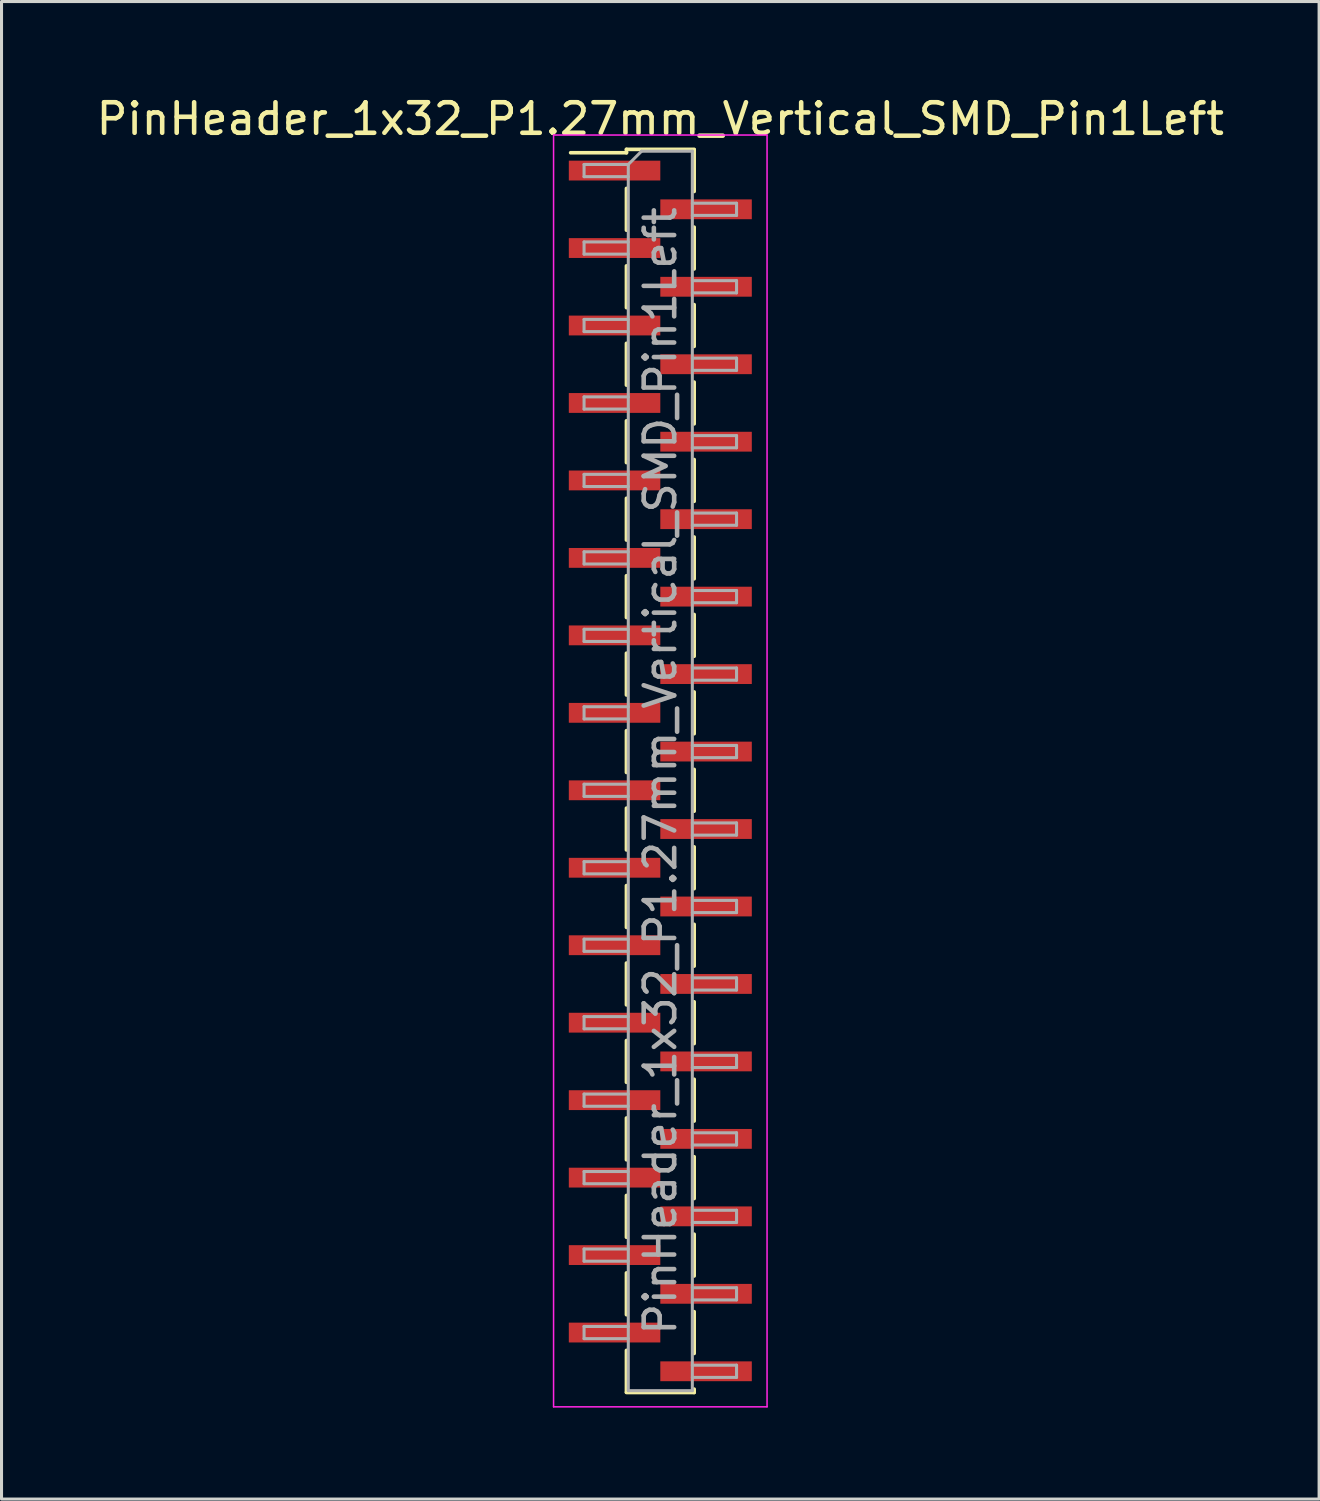
<source format=kicad_pcb>
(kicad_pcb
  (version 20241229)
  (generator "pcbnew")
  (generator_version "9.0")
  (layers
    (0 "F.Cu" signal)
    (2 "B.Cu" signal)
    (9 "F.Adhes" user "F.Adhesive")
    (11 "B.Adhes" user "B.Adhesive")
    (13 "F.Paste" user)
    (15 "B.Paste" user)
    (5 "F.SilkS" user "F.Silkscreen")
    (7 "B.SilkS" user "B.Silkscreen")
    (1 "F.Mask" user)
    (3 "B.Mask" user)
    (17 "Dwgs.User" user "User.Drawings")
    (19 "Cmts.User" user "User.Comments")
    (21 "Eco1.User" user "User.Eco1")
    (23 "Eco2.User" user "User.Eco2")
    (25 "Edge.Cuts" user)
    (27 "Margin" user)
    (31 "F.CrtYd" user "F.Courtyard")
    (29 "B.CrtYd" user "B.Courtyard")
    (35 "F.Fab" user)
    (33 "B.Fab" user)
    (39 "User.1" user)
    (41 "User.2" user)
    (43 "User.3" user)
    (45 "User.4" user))
  (footprint "PinHeader_1x32_P1.27mm_Vertical_SMD_Pin1Left"
    (layer "F.Cu")
    (at 18.601 22.228)
    (property "Reference" "PinHeader_1x32_P1.27mm_Vertical_SMD_Pin1Left" (at 0 -21.38 0) (layer "F.SilkS") (effects (font (size 1 1) (thickness 0.15))))
    (attr smd)
    (fp_line (start -1.11 -20.38) (end -1.11 -20.27) (stroke (width 0.12) (type solid)) (layer "F.SilkS"))
    (fp_line (start -1.11 -20.38) (end 1.11 -20.38) (stroke (width 0.12) (type solid)) (layer "F.SilkS"))
    (fp_line (start -1.11 -20.27) (end -2.94 -20.27) (stroke (width 0.12) (type solid)) (layer "F.SilkS"))
    (fp_line (start -1.11 -19.1) (end -1.11 -17.73) (stroke (width 0.12) (type solid)) (layer "F.SilkS"))
    (fp_line (start -1.11 -16.56) (end -1.11 -15.19) (stroke (width 0.12) (type solid)) (layer "F.SilkS"))
    (fp_line (start -1.11 -14.02) (end -1.11 -12.65) (stroke (width 0.12) (type solid)) (layer "F.SilkS"))
    (fp_line (start -1.11 -11.48) (end -1.11 -10.11) (stroke (width 0.12) (type solid)) (layer "F.SilkS"))
    (fp_line (start -1.11 -8.94) (end -1.11 -7.57) (stroke (width 0.12) (type solid)) (layer "F.SilkS"))
    (fp_line (start -1.11 -6.4) (end -1.11 -5.03) (stroke (width 0.12) (type solid)) (layer "F.SilkS"))
    (fp_line (start -1.11 -3.86) (end -1.11 -2.49) (stroke (width 0.12) (type solid)) (layer "F.SilkS"))
    (fp_line (start -1.11 -1.32) (end -1.11 0.05) (stroke (width 0.12) (type solid)) (layer "F.SilkS"))
    (fp_line (start -1.11 1.22) (end -1.11 2.59) (stroke (width 0.12) (type solid)) (layer "F.SilkS"))
    (fp_line (start -1.11 3.76) (end -1.11 5.13) (stroke (width 0.12) (type solid)) (layer "F.SilkS"))
    (fp_line (start -1.11 6.3) (end -1.11 7.67) (stroke (width 0.12) (type solid)) (layer "F.SilkS"))
    (fp_line (start -1.11 8.84) (end -1.11 10.21) (stroke (width 0.12) (type solid)) (layer "F.SilkS"))
    (fp_line (start -1.11 11.38) (end -1.11 12.75) (stroke (width 0.12) (type solid)) (layer "F.SilkS"))
    (fp_line (start -1.11 13.92) (end -1.11 15.29) (stroke (width 0.12) (type solid)) (layer "F.SilkS"))
    (fp_line (start -1.11 16.46) (end -1.11 17.83) (stroke (width 0.12) (type solid)) (layer "F.SilkS"))
    (fp_line (start -1.11 19) (end -1.11 20.37) (stroke (width 0.12) (type solid)) (layer "F.SilkS"))
    (fp_line (start -1.11 20.38) (end 1.11 20.38) (stroke (width 0.12) (type solid)) (layer "F.SilkS"))
    (fp_line (start 1.11 -20.37) (end 1.11 -19) (stroke (width 0.12) (type solid)) (layer "F.SilkS"))
    (fp_line (start 1.11 -17.83) (end 1.11 -16.46) (stroke (width 0.12) (type solid)) (layer "F.SilkS"))
    (fp_line (start 1.11 -15.29) (end 1.11 -13.92) (stroke (width 0.12) (type solid)) (layer "F.SilkS"))
    (fp_line (start 1.11 -12.75) (end 1.11 -11.38) (stroke (width 0.12) (type solid)) (layer "F.SilkS"))
    (fp_line (start 1.11 -10.21) (end 1.11 -8.84) (stroke (width 0.12) (type solid)) (layer "F.SilkS"))
    (fp_line (start 1.11 -7.67) (end 1.11 -6.3) (stroke (width 0.12) (type solid)) (layer "F.SilkS"))
    (fp_line (start 1.11 -5.13) (end 1.11 -3.76) (stroke (width 0.12) (type solid)) (layer "F.SilkS"))
    (fp_line (start 1.11 -2.59) (end 1.11 -1.22) (stroke (width 0.12) (type solid)) (layer "F.SilkS"))
    (fp_line (start 1.11 -0.05) (end 1.11 1.32) (stroke (width 0.12) (type solid)) (layer "F.SilkS"))
    (fp_line (start 1.11 2.49) (end 1.11 3.86) (stroke (width 0.12) (type solid)) (layer "F.SilkS"))
    (fp_line (start 1.11 5.03) (end 1.11 6.4) (stroke (width 0.12) (type solid)) (layer "F.SilkS"))
    (fp_line (start 1.11 7.57) (end 1.11 8.94) (stroke (width 0.12) (type solid)) (layer "F.SilkS"))
    (fp_line (start 1.11 10.11) (end 1.11 11.48) (stroke (width 0.12) (type solid)) (layer "F.SilkS"))
    (fp_line (start 1.11 12.65) (end 1.11 14.02) (stroke (width 0.12) (type solid)) (layer "F.SilkS"))
    (fp_line (start 1.11 15.19) (end 1.11 16.56) (stroke (width 0.12) (type solid)) (layer "F.SilkS"))
    (fp_line (start 1.11 17.73) (end 1.11 19.1) (stroke (width 0.12) (type solid)) (layer "F.SilkS"))
    (fp_line (start 1.11 20.27) (end 1.11 20.38) (stroke (width 0.12) (type solid)) (layer "F.SilkS"))
    (fp_line (start -3.5 -20.85) (end -3.5 20.85) (stroke (width 0.05) (type solid)) (layer "F.CrtYd"))
    (fp_line (start -3.5 20.85) (end 3.5 20.85) (stroke (width 0.05) (type solid)) (layer "F.CrtYd"))
    (fp_line (start 3.5 -20.85) (end -3.5 -20.85) (stroke (width 0.05) (type solid)) (layer "F.CrtYd"))
    (fp_line (start 3.5 20.85) (end 3.5 -20.85) (stroke (width 0.05) (type solid)) (layer "F.CrtYd"))
    (fp_line (start -2.5 -19.885) (end -2.5 -19.485) (stroke (width 0.1) (type solid)) (layer "F.Fab"))
    (fp_line (start -2.5 -19.485) (end -1.05 -19.485) (stroke (width 0.1) (type solid)) (layer "F.Fab"))
    (fp_line (start -2.5 -17.345) (end -2.5 -16.945) (stroke (width 0.1) (type solid)) (layer "F.Fab"))
    (fp_line (start -2.5 -16.945) (end -1.05 -16.945) (stroke (width 0.1) (type solid)) (layer "F.Fab"))
    (fp_line (start -2.5 -14.805) (end -2.5 -14.405) (stroke (width 0.1) (type solid)) (layer "F.Fab"))
    (fp_line (start -2.5 -14.405) (end -1.05 -14.405) (stroke (width 0.1) (type solid)) (layer "F.Fab"))
    (fp_line (start -2.5 -12.265) (end -2.5 -11.865) (stroke (width 0.1) (type solid)) (layer "F.Fab"))
    (fp_line (start -2.5 -11.865) (end -1.05 -11.865) (stroke (width 0.1) (type solid)) (layer "F.Fab"))
    (fp_line (start -2.5 -9.725) (end -2.5 -9.325) (stroke (width 0.1) (type solid)) (layer "F.Fab"))
    (fp_line (start -2.5 -9.325) (end -1.05 -9.325) (stroke (width 0.1) (type solid)) (layer "F.Fab"))
    (fp_line (start -2.5 -7.185) (end -2.5 -6.785) (stroke (width 0.1) (type solid)) (layer "F.Fab"))
    (fp_line (start -2.5 -6.785) (end -1.05 -6.785) (stroke (width 0.1) (type solid)) (layer "F.Fab"))
    (fp_line (start -2.5 -4.645) (end -2.5 -4.245) (stroke (width 0.1) (type solid)) (layer "F.Fab"))
    (fp_line (start -2.5 -4.245) (end -1.05 -4.245) (stroke (width 0.1) (type solid)) (layer "F.Fab"))
    (fp_line (start -2.5 -2.105) (end -2.5 -1.705) (stroke (width 0.1) (type solid)) (layer "F.Fab"))
    (fp_line (start -2.5 -1.705) (end -1.05 -1.705) (stroke (width 0.1) (type solid)) (layer "F.Fab"))
    (fp_line (start -2.5 0.435) (end -2.5 0.835) (stroke (width 0.1) (type solid)) (layer "F.Fab"))
    (fp_line (start -2.5 0.835) (end -1.05 0.835) (stroke (width 0.1) (type solid)) (layer "F.Fab"))
    (fp_line (start -2.5 2.975) (end -2.5 3.375) (stroke (width 0.1) (type solid)) (layer "F.Fab"))
    (fp_line (start -2.5 3.375) (end -1.05 3.375) (stroke (width 0.1) (type solid)) (layer "F.Fab"))
    (fp_line (start -2.5 5.515) (end -2.5 5.915) (stroke (width 0.1) (type solid)) (layer "F.Fab"))
    (fp_line (start -2.5 5.915) (end -1.05 5.915) (stroke (width 0.1) (type solid)) (layer "F.Fab"))
    (fp_line (start -2.5 8.055) (end -2.5 8.455) (stroke (width 0.1) (type solid)) (layer "F.Fab"))
    (fp_line (start -2.5 8.455) (end -1.05 8.455) (stroke (width 0.1) (type solid)) (layer "F.Fab"))
    (fp_line (start -2.5 10.595) (end -2.5 10.995) (stroke (width 0.1) (type solid)) (layer "F.Fab"))
    (fp_line (start -2.5 10.995) (end -1.05 10.995) (stroke (width 0.1) (type solid)) (layer "F.Fab"))
    (fp_line (start -2.5 13.135) (end -2.5 13.535) (stroke (width 0.1) (type solid)) (layer "F.Fab"))
    (fp_line (start -2.5 13.535) (end -1.05 13.535) (stroke (width 0.1) (type solid)) (layer "F.Fab"))
    (fp_line (start -2.5 15.675) (end -2.5 16.075) (stroke (width 0.1) (type solid)) (layer "F.Fab"))
    (fp_line (start -2.5 16.075) (end -1.05 16.075) (stroke (width 0.1) (type solid)) (layer "F.Fab"))
    (fp_line (start -2.5 18.215) (end -2.5 18.615) (stroke (width 0.1) (type solid)) (layer "F.Fab"))
    (fp_line (start -2.5 18.615) (end -1.05 18.615) (stroke (width 0.1) (type solid)) (layer "F.Fab"))
    (fp_line (start -1.05 -19.885) (end -2.5 -19.885) (stroke (width 0.1) (type solid)) (layer "F.Fab"))
    (fp_line (start -1.05 -19.885) (end -0.615 -20.32) (stroke (width 0.1) (type solid)) (layer "F.Fab"))
    (fp_line (start -1.05 -17.345) (end -2.5 -17.345) (stroke (width 0.1) (type solid)) (layer "F.Fab"))
    (fp_line (start -1.05 -14.805) (end -2.5 -14.805) (stroke (width 0.1) (type solid)) (layer "F.Fab"))
    (fp_line (start -1.05 -12.265) (end -2.5 -12.265) (stroke (width 0.1) (type solid)) (layer "F.Fab"))
    (fp_line (start -1.05 -9.725) (end -2.5 -9.725) (stroke (width 0.1) (type solid)) (layer "F.Fab"))
    (fp_line (start -1.05 -7.185) (end -2.5 -7.185) (stroke (width 0.1) (type solid)) (layer "F.Fab"))
    (fp_line (start -1.05 -4.645) (end -2.5 -4.645) (stroke (width 0.1) (type solid)) (layer "F.Fab"))
    (fp_line (start -1.05 -2.105) (end -2.5 -2.105) (stroke (width 0.1) (type solid)) (layer "F.Fab"))
    (fp_line (start -1.05 0.435) (end -2.5 0.435) (stroke (width 0.1) (type solid)) (layer "F.Fab"))
    (fp_line (start -1.05 2.975) (end -2.5 2.975) (stroke (width 0.1) (type solid)) (layer "F.Fab"))
    (fp_line (start -1.05 5.515) (end -2.5 5.515) (stroke (width 0.1) (type solid)) (layer "F.Fab"))
    (fp_line (start -1.05 8.055) (end -2.5 8.055) (stroke (width 0.1) (type solid)) (layer "F.Fab"))
    (fp_line (start -1.05 10.595) (end -2.5 10.595) (stroke (width 0.1) (type solid)) (layer "F.Fab"))
    (fp_line (start -1.05 13.135) (end -2.5 13.135) (stroke (width 0.1) (type solid)) (layer "F.Fab"))
    (fp_line (start -1.05 15.675) (end -2.5 15.675) (stroke (width 0.1) (type solid)) (layer "F.Fab"))
    (fp_line (start -1.05 18.215) (end -2.5 18.215) (stroke (width 0.1) (type solid)) (layer "F.Fab"))
    (fp_line (start -1.05 20.32) (end -1.05 -19.885) (stroke (width 0.1) (type solid)) (layer "F.Fab"))
    (fp_line (start -0.615 -20.32) (end 1.05 -20.32) (stroke (width 0.1) (type solid)) (layer "F.Fab"))
    (fp_line (start 1.05 -20.32) (end 1.05 20.32) (stroke (width 0.1) (type solid)) (layer "F.Fab"))
    (fp_line (start 1.05 -18.615) (end 2.5 -18.615) (stroke (width 0.1) (type solid)) (layer "F.Fab"))
    (fp_line (start 1.05 -16.075) (end 2.5 -16.075) (stroke (width 0.1) (type solid)) (layer "F.Fab"))
    (fp_line (start 1.05 -13.535) (end 2.5 -13.535) (stroke (width 0.1) (type solid)) (layer "F.Fab"))
    (fp_line (start 1.05 -10.995) (end 2.5 -10.995) (stroke (width 0.1) (type solid)) (layer "F.Fab"))
    (fp_line (start 1.05 -8.455) (end 2.5 -8.455) (stroke (width 0.1) (type solid)) (layer "F.Fab"))
    (fp_line (start 1.05 -5.915) (end 2.5 -5.915) (stroke (width 0.1) (type solid)) (layer "F.Fab"))
    (fp_line (start 1.05 -3.375) (end 2.5 -3.375) (stroke (width 0.1) (type solid)) (layer "F.Fab"))
    (fp_line (start 1.05 -0.835) (end 2.5 -0.835) (stroke (width 0.1) (type solid)) (layer "F.Fab"))
    (fp_line (start 1.05 1.705) (end 2.5 1.705) (stroke (width 0.1) (type solid)) (layer "F.Fab"))
    (fp_line (start 1.05 4.245) (end 2.5 4.245) (stroke (width 0.1) (type solid)) (layer "F.Fab"))
    (fp_line (start 1.05 6.785) (end 2.5 6.785) (stroke (width 0.1) (type solid)) (layer "F.Fab"))
    (fp_line (start 1.05 9.325) (end 2.5 9.325) (stroke (width 0.1) (type solid)) (layer "F.Fab"))
    (fp_line (start 1.05 11.865) (end 2.5 11.865) (stroke (width 0.1) (type solid)) (layer "F.Fab"))
    (fp_line (start 1.05 14.405) (end 2.5 14.405) (stroke (width 0.1) (type solid)) (layer "F.Fab"))
    (fp_line (start 1.05 16.945) (end 2.5 16.945) (stroke (width 0.1) (type solid)) (layer "F.Fab"))
    (fp_line (start 1.05 19.485) (end 2.5 19.485) (stroke (width 0.1) (type solid)) (layer "F.Fab"))
    (fp_line (start 1.05 20.32) (end -1.05 20.32) (stroke (width 0.1) (type solid)) (layer "F.Fab"))
    (fp_line (start 2.5 -18.615) (end 2.5 -18.215) (stroke (width 0.1) (type solid)) (layer "F.Fab"))
    (fp_line (start 2.5 -18.215) (end 1.05 -18.215) (stroke (width 0.1) (type solid)) (layer "F.Fab"))
    (fp_line (start 2.5 -16.075) (end 2.5 -15.675) (stroke (width 0.1) (type solid)) (layer "F.Fab"))
    (fp_line (start 2.5 -15.675) (end 1.05 -15.675) (stroke (width 0.1) (type solid)) (layer "F.Fab"))
    (fp_line (start 2.5 -13.535) (end 2.5 -13.135) (stroke (width 0.1) (type solid)) (layer "F.Fab"))
    (fp_line (start 2.5 -13.135) (end 1.05 -13.135) (stroke (width 0.1) (type solid)) (layer "F.Fab"))
    (fp_line (start 2.5 -10.995) (end 2.5 -10.595) (stroke (width 0.1) (type solid)) (layer "F.Fab"))
    (fp_line (start 2.5 -10.595) (end 1.05 -10.595) (stroke (width 0.1) (type solid)) (layer "F.Fab"))
    (fp_line (start 2.5 -8.455) (end 2.5 -8.055) (stroke (width 0.1) (type solid)) (layer "F.Fab"))
    (fp_line (start 2.5 -8.055) (end 1.05 -8.055) (stroke (width 0.1) (type solid)) (layer "F.Fab"))
    (fp_line (start 2.5 -5.915) (end 2.5 -5.515) (stroke (width 0.1) (type solid)) (layer "F.Fab"))
    (fp_line (start 2.5 -5.515) (end 1.05 -5.515) (stroke (width 0.1) (type solid)) (layer "F.Fab"))
    (fp_line (start 2.5 -3.375) (end 2.5 -2.975) (stroke (width 0.1) (type solid)) (layer "F.Fab"))
    (fp_line (start 2.5 -2.975) (end 1.05 -2.975) (stroke (width 0.1) (type solid)) (layer "F.Fab"))
    (fp_line (start 2.5 -0.835) (end 2.5 -0.435) (stroke (width 0.1) (type solid)) (layer "F.Fab"))
    (fp_line (start 2.5 -0.435) (end 1.05 -0.435) (stroke (width 0.1) (type solid)) (layer "F.Fab"))
    (fp_line (start 2.5 1.705) (end 2.5 2.105) (stroke (width 0.1) (type solid)) (layer "F.Fab"))
    (fp_line (start 2.5 2.105) (end 1.05 2.105) (stroke (width 0.1) (type solid)) (layer "F.Fab"))
    (fp_line (start 2.5 4.245) (end 2.5 4.645) (stroke (width 0.1) (type solid)) (layer "F.Fab"))
    (fp_line (start 2.5 4.645) (end 1.05 4.645) (stroke (width 0.1) (type solid)) (layer "F.Fab"))
    (fp_line (start 2.5 6.785) (end 2.5 7.185) (stroke (width 0.1) (type solid)) (layer "F.Fab"))
    (fp_line (start 2.5 7.185) (end 1.05 7.185) (stroke (width 0.1) (type solid)) (layer "F.Fab"))
    (fp_line (start 2.5 9.325) (end 2.5 9.725) (stroke (width 0.1) (type solid)) (layer "F.Fab"))
    (fp_line (start 2.5 9.725) (end 1.05 9.725) (stroke (width 0.1) (type solid)) (layer "F.Fab"))
    (fp_line (start 2.5 11.865) (end 2.5 12.265) (stroke (width 0.1) (type solid)) (layer "F.Fab"))
    (fp_line (start 2.5 12.265) (end 1.05 12.265) (stroke (width 0.1) (type solid)) (layer "F.Fab"))
    (fp_line (start 2.5 14.405) (end 2.5 14.805) (stroke (width 0.1) (type solid)) (layer "F.Fab"))
    (fp_line (start 2.5 14.805) (end 1.05 14.805) (stroke (width 0.1) (type solid)) (layer "F.Fab"))
    (fp_line (start 2.5 16.945) (end 2.5 17.345) (stroke (width 0.1) (type solid)) (layer "F.Fab"))
    (fp_line (start 2.5 17.345) (end 1.05 17.345) (stroke (width 0.1) (type solid)) (layer "F.Fab"))
    (fp_line (start 2.5 19.485) (end 2.5 19.885) (stroke (width 0.1) (type solid)) (layer "F.Fab"))
    (fp_line (start 2.5 19.885) (end 1.05 19.885) (stroke (width 0.1) (type solid)) (layer "F.Fab"))
    (fp_text user "${REFERENCE}" (at 0 0 90) (layer "F.Fab") (effects (font (size 1 1) (thickness 0.15))))
    (pad "1" smd rect (at -1.5 -19.685) (size 3 0.65) (layers "F.Cu" "F.Mask" "F.Paste"))
    (pad "2" smd rect (at 1.5 -18.415) (size 3 0.65) (layers "F.Cu" "F.Mask" "F.Paste"))
    (pad "3" smd rect (at -1.5 -17.145) (size 3 0.65) (layers "F.Cu" "F.Mask" "F.Paste"))
    (pad "4" smd rect (at 1.5 -15.875) (size 3 0.65) (layers "F.Cu" "F.Mask" "F.Paste"))
    (pad "5" smd rect (at -1.5 -14.605) (size 3 0.65) (layers "F.Cu" "F.Mask" "F.Paste"))
    (pad "6" smd rect (at 1.5 -13.335) (size 3 0.65) (layers "F.Cu" "F.Mask" "F.Paste"))
    (pad "7" smd rect (at -1.5 -12.065) (size 3 0.65) (layers "F.Cu" "F.Mask" "F.Paste"))
    (pad "8" smd rect (at 1.5 -10.795) (size 3 0.65) (layers "F.Cu" "F.Mask" "F.Paste"))
    (pad "9" smd rect (at -1.5 -9.525) (size 3 0.65) (layers "F.Cu" "F.Mask" "F.Paste"))
    (pad "10" smd rect (at 1.5 -8.255) (size 3 0.65) (layers "F.Cu" "F.Mask" "F.Paste"))
    (pad "11" smd rect (at -1.5 -6.985) (size 3 0.65) (layers "F.Cu" "F.Mask" "F.Paste"))
    (pad "12" smd rect (at 1.5 -5.715) (size 3 0.65) (layers "F.Cu" "F.Mask" "F.Paste"))
    (pad "13" smd rect (at -1.5 -4.445) (size 3 0.65) (layers "F.Cu" "F.Mask" "F.Paste"))
    (pad "14" smd rect (at 1.5 -3.175) (size 3 0.65) (layers "F.Cu" "F.Mask" "F.Paste"))
    (pad "15" smd rect (at -1.5 -1.905) (size 3 0.65) (layers "F.Cu" "F.Mask" "F.Paste"))
    (pad "16" smd rect (at 1.5 -0.635) (size 3 0.65) (layers "F.Cu" "F.Mask" "F.Paste"))
    (pad "17" smd rect (at -1.5 0.635) (size 3 0.65) (layers "F.Cu" "F.Mask" "F.Paste"))
    (pad "18" smd rect (at 1.5 1.905) (size 3 0.65) (layers "F.Cu" "F.Mask" "F.Paste"))
    (pad "19" smd rect (at -1.5 3.175) (size 3 0.65) (layers "F.Cu" "F.Mask" "F.Paste"))
    (pad "20" smd rect (at 1.5 4.445) (size 3 0.65) (layers "F.Cu" "F.Mask" "F.Paste"))
    (pad "21" smd rect (at -1.5 5.715) (size 3 0.65) (layers "F.Cu" "F.Mask" "F.Paste"))
    (pad "22" smd rect (at 1.5 6.985) (size 3 0.65) (layers "F.Cu" "F.Mask" "F.Paste"))
    (pad "23" smd rect (at -1.5 8.255) (size 3 0.65) (layers "F.Cu" "F.Mask" "F.Paste"))
    (pad "24" smd rect (at 1.5 9.525) (size 3 0.65) (layers "F.Cu" "F.Mask" "F.Paste"))
    (pad "25" smd rect (at -1.5 10.795) (size 3 0.65) (layers "F.Cu" "F.Mask" "F.Paste"))
    (pad "26" smd rect (at 1.5 12.065) (size 3 0.65) (layers "F.Cu" "F.Mask" "F.Paste"))
    (pad "27" smd rect (at -1.5 13.335) (size 3 0.65) (layers "F.Cu" "F.Mask" "F.Paste"))
    (pad "28" smd rect (at 1.5 14.605) (size 3 0.65) (layers "F.Cu" "F.Mask" "F.Paste"))
    (pad "29" smd rect (at -1.5 15.875) (size 3 0.65) (layers "F.Cu" "F.Mask" "F.Paste"))
    (pad "30" smd rect (at 1.5 17.145) (size 3 0.65) (layers "F.Cu" "F.Mask" "F.Paste"))
    (pad "31" smd rect (at -1.5 18.415) (size 3 0.65) (layers "F.Cu" "F.Mask" "F.Paste"))
    (pad "32" smd rect (at 1.5 19.685) (size 3 0.65) (layers "F.Cu" "F.Mask" "F.Paste")))
  (gr_rect
    (start -3 -3)
    (end 40.202 46.103)
    (stroke (width 0.1) (type default))
    (fill no)
    (layer "Edge.Cuts")))
</source>
